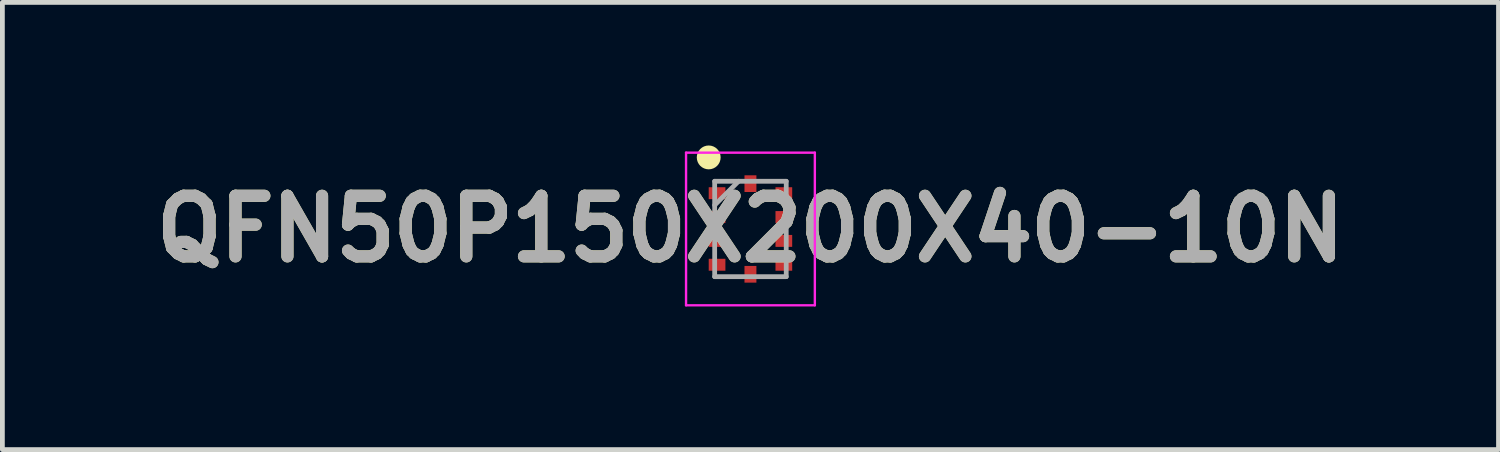
<source format=kicad_pcb>
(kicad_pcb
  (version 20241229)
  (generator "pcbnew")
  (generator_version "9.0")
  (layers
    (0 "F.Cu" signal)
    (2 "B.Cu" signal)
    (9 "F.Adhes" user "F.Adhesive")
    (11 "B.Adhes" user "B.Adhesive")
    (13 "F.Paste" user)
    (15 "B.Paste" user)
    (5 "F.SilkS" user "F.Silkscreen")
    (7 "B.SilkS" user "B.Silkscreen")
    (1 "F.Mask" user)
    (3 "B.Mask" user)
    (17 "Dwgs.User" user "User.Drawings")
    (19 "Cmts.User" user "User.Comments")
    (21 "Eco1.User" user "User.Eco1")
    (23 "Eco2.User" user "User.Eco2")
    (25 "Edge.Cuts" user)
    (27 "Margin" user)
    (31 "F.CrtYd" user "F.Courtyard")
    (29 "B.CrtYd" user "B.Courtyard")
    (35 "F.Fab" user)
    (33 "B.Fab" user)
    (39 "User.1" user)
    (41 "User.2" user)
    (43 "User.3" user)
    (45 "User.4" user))
  (footprint "QFN50P150X200X40-10N"
    (layer "F.Cu")
    (at 12.682 1.75)
    (property "Reference" "QFN50P150X200X40-10N" (at 0 0 0) (layer "F.SilkS") (effects (font (size 1.27 1.27) (thickness 0.254))))
    (attr smd)
    (fp_circle (center -0.875 -1.5) (end -0.875 -1.375) (stroke (width 0.25) (type solid)) (fill no) (layer "F.SilkS"))
    (fp_line (start -1.35 -1.6) (end 1.35 -1.6) (stroke (width 0.05) (type solid)) (layer "F.CrtYd"))
    (fp_line (start -1.35 1.6) (end -1.35 -1.6) (stroke (width 0.05) (type solid)) (layer "F.CrtYd"))
    (fp_line (start 1.35 -1.6) (end 1.35 1.6) (stroke (width 0.05) (type solid)) (layer "F.CrtYd"))
    (fp_line (start 1.35 1.6) (end -1.35 1.6) (stroke (width 0.05) (type solid)) (layer "F.CrtYd"))
    (fp_line (start -0.75 -1) (end 0.75 -1) (stroke (width 0.1) (type solid)) (layer "F.Fab"))
    (fp_line (start -0.75 -0.5) (end -0.25 -1) (stroke (width 0.1) (type solid)) (layer "F.Fab"))
    (fp_line (start -0.75 1) (end -0.75 -1) (stroke (width 0.1) (type solid)) (layer "F.Fab"))
    (fp_line (start 0.75 -1) (end 0.75 1) (stroke (width 0.1) (type solid)) (layer "F.Fab"))
    (fp_line (start 0.75 1) (end -0.75 1) (stroke (width 0.1) (type solid)) (layer "F.Fab"))
    (fp_text user "${REFERENCE}" (at 0 0 0) (layer "F.Fab") (effects (font (size 1.27 1.27) (thickness 0.254))))
    (pad "1" smd rect (at -0.7 -0.75 90) (size 0.25 0.35) (layers "F.Cu" "F.Mask" "F.Paste"))
    (pad "2" smd rect (at -0.7 -0.25 90) (size 0.25 0.35) (layers "F.Cu" "F.Mask" "F.Paste"))
    (pad "3" smd rect (at -0.7 0.25 90) (size 0.25 0.35) (layers "F.Cu" "F.Mask" "F.Paste"))
    (pad "4" smd rect (at -0.7 0.75 90) (size 0.25 0.35) (layers "F.Cu" "F.Mask" "F.Paste"))
    (pad "5" smd rect (at 0 0.95) (size 0.25 0.35) (layers "F.Cu" "F.Mask" "F.Paste"))
    (pad "6" smd rect (at 0.7 0.75 90) (size 0.25 0.35) (layers "F.Cu" "F.Mask" "F.Paste"))
    (pad "7" smd rect (at 0.7 0.25 90) (size 0.25 0.35) (layers "F.Cu" "F.Mask" "F.Paste"))
    (pad "8" smd rect (at 0.7 -0.25 90) (size 0.25 0.35) (layers "F.Cu" "F.Mask" "F.Paste"))
    (pad "9" smd rect (at 0.7 -0.75 90) (size 0.25 0.35) (layers "F.Cu" "F.Mask" "F.Paste"))
    (pad "10" smd rect (at 0 -0.95) (size 0.25 0.35) (layers "F.Cu" "F.Mask" "F.Paste")))
  (gr_rect
    (start -3 -3)
    (end 28.364 6.375)
    (stroke (width 0.1) (type default))
    (fill no)
    (layer "Edge.Cuts")))
</source>
